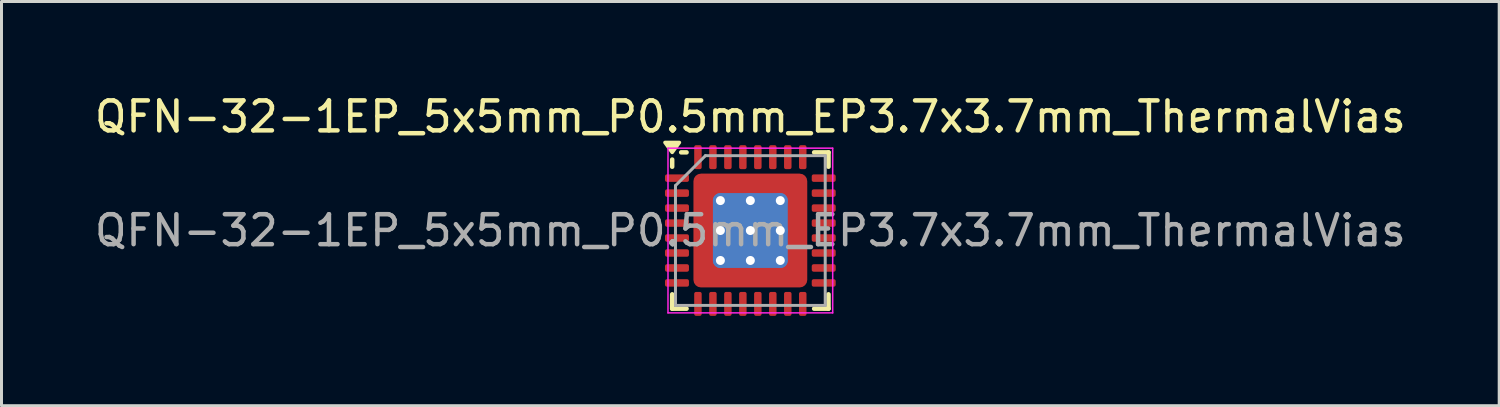
<source format=kicad_pcb>
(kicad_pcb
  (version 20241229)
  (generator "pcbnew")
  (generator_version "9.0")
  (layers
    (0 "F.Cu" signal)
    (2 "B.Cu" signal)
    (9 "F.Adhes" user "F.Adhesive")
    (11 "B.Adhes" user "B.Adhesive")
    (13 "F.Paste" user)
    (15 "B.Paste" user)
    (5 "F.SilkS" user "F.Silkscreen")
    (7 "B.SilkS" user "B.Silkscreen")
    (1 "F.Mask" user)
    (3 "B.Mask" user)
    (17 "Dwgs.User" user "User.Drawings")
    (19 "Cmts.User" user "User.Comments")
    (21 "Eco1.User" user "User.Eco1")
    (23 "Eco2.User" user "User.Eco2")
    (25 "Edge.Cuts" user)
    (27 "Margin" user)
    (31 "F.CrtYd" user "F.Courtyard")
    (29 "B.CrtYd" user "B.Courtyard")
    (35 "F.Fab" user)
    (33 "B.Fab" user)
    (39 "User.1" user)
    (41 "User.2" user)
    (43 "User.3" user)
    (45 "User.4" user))
  (footprint "QFN-32-1EP_5x5mm_P0.5mm_EP3.7x3.7mm_ThermalVias"
    (layer "F.Cu")
    (at 22.006 4.648)
    (property "Reference" "QFN-32-1EP_5x5mm_P0.5mm_EP3.7x3.7mm_ThermalVias" (at 0 -3.8 0) (layer "F.SilkS") (effects (font (size 1 1) (thickness 0.15))))
    (attr smd)
    (fp_line (start -2.61 -2.13) (end -2.61 -2.37) (stroke (width 0.15) (type solid)) (layer "F.SilkS"))
    (fp_line (start -2.61 2.61) (end -2.61 2.13) (stroke (width 0.15) (type solid)) (layer "F.SilkS"))
    (fp_line (start -2.13 -2.61) (end -2.31 -2.61) (stroke (width 0.15) (type solid)) (layer "F.SilkS"))
    (fp_line (start -2.13 2.61) (end -2.61 2.61) (stroke (width 0.15) (type solid)) (layer "F.SilkS"))
    (fp_line (start 2.13 -2.61) (end 2.61 -2.61) (stroke (width 0.15) (type solid)) (layer "F.SilkS"))
    (fp_line (start 2.13 2.61) (end 2.61 2.61) (stroke (width 0.15) (type solid)) (layer "F.SilkS"))
    (fp_line (start 2.61 -2.61) (end 2.61 -2.13) (stroke (width 0.15) (type solid)) (layer "F.SilkS"))
    (fp_line (start 2.61 2.61) (end 2.61 2.13) (stroke (width 0.15) (type solid)) (layer "F.SilkS"))
    (fp_poly (pts (xy -2.61 -2.61) (xy -2.85 -2.94) (xy -2.37 -2.94) (xy -2.61 -2.61)) (stroke (width 0.12) (type solid)) (fill yes) (layer "F.SilkS"))
    (fp_line (start -2.75 -2.75) (end -2.75 2.75) (stroke (width 0.05) (type solid)) (layer "F.CrtYd"))
    (fp_line (start -2.75 2.75) (end 2.75 2.75) (stroke (width 0.05) (type solid)) (layer "F.CrtYd"))
    (fp_line (start 2.75 -2.75) (end -2.75 -2.75) (stroke (width 0.05) (type solid)) (layer "F.CrtYd"))
    (fp_line (start 2.75 2.75) (end 2.75 -2.75) (stroke (width 0.05) (type solid)) (layer "F.CrtYd"))
    (fp_line (start -2.5 -1.5) (end -1.5 -2.5) (stroke (width 0.1) (type solid)) (layer "F.Fab"))
    (fp_line (start -2.5 2.5) (end -2.5 -1.5) (stroke (width 0.1) (type solid)) (layer "F.Fab"))
    (fp_line (start -1.5 -2.5) (end 2.5 -2.5) (stroke (width 0.1) (type solid)) (layer "F.Fab"))
    (fp_line (start 2.5 -2.5) (end 2.5 2.5) (stroke (width 0.1) (type solid)) (layer "F.Fab"))
    (fp_line (start 2.5 2.5) (end -2.5 2.5) (stroke (width 0.1) (type solid)) (layer "F.Fab"))
    (fp_text user "${REFERENCE}" (at 0 0 0) (layer "F.Fab") (effects (font (size 1 1) (thickness 0.15))))
    (pad "" smd custom (at -1.43 -1.43) (size 0.6 0.6) (layers "F.Paste") (options (anchor circle)) (primitives (gr_poly (pts (xy -0.26 -0.26) (xy 0.26 -0.26) (xy 0.26 0.19) (xy 0.19 0.26) (xy -0.26 0.26)) (width 0.167) (fill yes))))
    (pad "" smd custom (at -1.43 -0.5) (size 0.61 0.61) (layers "F.Paste") (options (anchor circle)) (primitives (gr_poly (pts (xy -0.27 -0.33) (xy 0.21 -0.33) (xy 0.27 -0.27) (xy 0.27 0.27) (xy 0.21 0.33) (xy -0.27 0.33)) (width 0.147) (fill yes))))
    (pad "" smd custom (at -1.43 0.5) (size 0.61 0.61) (layers "F.Paste") (options (anchor circle)) (primitives (gr_poly (pts (xy -0.27 -0.33) (xy 0.21 -0.33) (xy 0.27 -0.27) (xy 0.27 0.27) (xy 0.21 0.33) (xy -0.27 0.33)) (width 0.147) (fill yes))))
    (pad "" smd custom (at -1.43 1.43) (size 0.6 0.6) (layers "F.Paste") (options (anchor circle)) (primitives (gr_poly (pts (xy -0.26 -0.26) (xy 0.19 -0.26) (xy 0.26 -0.19) (xy 0.26 0.26) (xy -0.26 0.26)) (width 0.167) (fill yes))))
    (pad "" smd custom (at -0.5 -1.43) (size 0.61 0.61) (layers "F.Paste") (options (anchor circle)) (primitives (gr_poly (pts (xy -0.33 -0.27) (xy 0.33 -0.27) (xy 0.33 0.21) (xy 0.27 0.27) (xy -0.27 0.27) (xy -0.33 0.21)) (width 0.147) (fill yes))))
    (pad "" smd roundrect (at -0.5 -0.5) (size 0.81 0.81) (layers "F.Paste") (roundrect_rratio 0.25))
    (pad "" smd roundrect (at -0.5 0.5) (size 0.81 0.81) (layers "F.Paste") (roundrect_rratio 0.25))
    (pad "" smd custom (at -0.5 1.43) (size 0.61 0.61) (layers "F.Paste") (options (anchor circle)) (primitives (gr_poly (pts (xy -0.33 -0.21) (xy -0.27 -0.27) (xy 0.27 -0.27) (xy 0.33 -0.21) (xy 0.33 0.27) (xy -0.33 0.27)) (width 0.147) (fill yes))))
    (pad "" smd custom (at 0.5 -1.43) (size 0.61 0.61) (layers "F.Paste") (options (anchor circle)) (primitives (gr_poly (pts (xy -0.33 -0.27) (xy 0.33 -0.27) (xy 0.33 0.21) (xy 0.27 0.27) (xy -0.27 0.27) (xy -0.33 0.21)) (width 0.147) (fill yes))))
    (pad "" smd roundrect (at 0.5 -0.5) (size 0.81 0.81) (layers "F.Paste") (roundrect_rratio 0.25))
    (pad "" smd roundrect (at 0.5 0.5) (size 0.81 0.81) (layers "F.Paste") (roundrect_rratio 0.25))
    (pad "" smd custom (at 0.5 1.43) (size 0.61 0.61) (layers "F.Paste") (options (anchor circle)) (primitives (gr_poly (pts (xy -0.33 -0.21) (xy -0.27 -0.27) (xy 0.27 -0.27) (xy 0.33 -0.21) (xy 0.33 0.27) (xy -0.33 0.27)) (width 0.147) (fill yes))))
    (pad "" smd custom (at 1.43 -1.43) (size 0.6 0.6) (layers "F.Paste") (options (anchor circle)) (primitives (gr_poly (pts (xy -0.26 -0.26) (xy 0.26 -0.26) (xy 0.26 0.26) (xy -0.19 0.26) (xy -0.26 0.19)) (width 0.167) (fill yes))))
    (pad "" smd custom (at 1.43 -0.5) (size 0.61 0.61) (layers "F.Paste") (options (anchor circle)) (primitives (gr_poly (pts (xy -0.27 -0.27) (xy -0.21 -0.33) (xy 0.27 -0.33) (xy 0.27 0.33) (xy -0.21 0.33) (xy -0.27 0.27)) (width 0.147) (fill yes))))
    (pad "" smd custom (at 1.43 0.5) (size 0.61 0.61) (layers "F.Paste") (options (anchor circle)) (primitives (gr_poly (pts (xy -0.27 -0.27) (xy -0.21 -0.33) (xy 0.27 -0.33) (xy 0.27 0.33) (xy -0.21 0.33) (xy -0.27 0.27)) (width 0.147) (fill yes))))
    (pad "" smd custom (at 1.43 1.43) (size 0.6 0.6) (layers "F.Paste") (options (anchor circle)) (primitives (gr_poly (pts (xy -0.26 -0.19) (xy -0.19 -0.26) (xy 0.26 -0.26) (xy 0.26 0.26) (xy -0.26 0.26)) (width 0.167) (fill yes))))
    (pad "1" smd roundrect (at -2.45 -1.75) (size 0.8 0.25) (layers "F.Cu" "F.Mask" "F.Paste") (roundrect_rratio 0.25))
    (pad "2" smd roundrect (at -2.45 -1.25) (size 0.8 0.25) (layers "F.Cu" "F.Mask" "F.Paste") (roundrect_rratio 0.25))
    (pad "3" smd roundrect (at -2.45 -0.75) (size 0.8 0.25) (layers "F.Cu" "F.Mask" "F.Paste") (roundrect_rratio 0.25))
    (pad "4" smd roundrect (at -2.45 -0.25) (size 0.8 0.25) (layers "F.Cu" "F.Mask" "F.Paste") (roundrect_rratio 0.25))
    (pad "5" smd roundrect (at -2.45 0.25) (size 0.8 0.25) (layers "F.Cu" "F.Mask" "F.Paste") (roundrect_rratio 0.25))
    (pad "6" smd roundrect (at -2.45 0.75) (size 0.8 0.25) (layers "F.Cu" "F.Mask" "F.Paste") (roundrect_rratio 0.25))
    (pad "7" smd roundrect (at -2.45 1.25) (size 0.8 0.25) (layers "F.Cu" "F.Mask" "F.Paste") (roundrect_rratio 0.25))
    (pad "8" smd roundrect (at -2.45 1.75) (size 0.8 0.25) (layers "F.Cu" "F.Mask" "F.Paste") (roundrect_rratio 0.25))
    (pad "9" smd roundrect (at -1.75 2.45) (size 0.25 0.8) (layers "F.Cu" "F.Mask" "F.Paste") (roundrect_rratio 0.25))
    (pad "10" smd roundrect (at -1.25 2.45) (size 0.25 0.8) (layers "F.Cu" "F.Mask" "F.Paste") (roundrect_rratio 0.25))
    (pad "11" smd roundrect (at -0.75 2.45) (size 0.25 0.8) (layers "F.Cu" "F.Mask" "F.Paste") (roundrect_rratio 0.25))
    (pad "12" smd roundrect (at -0.25 2.45) (size 0.25 0.8) (layers "F.Cu" "F.Mask" "F.Paste") (roundrect_rratio 0.25))
    (pad "13" smd roundrect (at 0.25 2.45) (size 0.25 0.8) (layers "F.Cu" "F.Mask" "F.Paste") (roundrect_rratio 0.25))
    (pad "14" smd roundrect (at 0.75 2.45) (size 0.25 0.8) (layers "F.Cu" "F.Mask" "F.Paste") (roundrect_rratio 0.25))
    (pad "15" smd roundrect (at 1.25 2.45) (size 0.25 0.8) (layers "F.Cu" "F.Mask" "F.Paste") (roundrect_rratio 0.25))
    (pad "16" smd roundrect (at 1.75 2.45) (size 0.25 0.8) (layers "F.Cu" "F.Mask" "F.Paste") (roundrect_rratio 0.25))
    (pad "17" smd roundrect (at 2.45 1.75) (size 0.8 0.25) (layers "F.Cu" "F.Mask" "F.Paste") (roundrect_rratio 0.25))
    (pad "18" smd roundrect (at 2.45 1.25) (size 0.8 0.25) (layers "F.Cu" "F.Mask" "F.Paste") (roundrect_rratio 0.25))
    (pad "19" smd roundrect (at 2.45 0.75) (size 0.8 0.25) (layers "F.Cu" "F.Mask" "F.Paste") (roundrect_rratio 0.25))
    (pad "20" smd roundrect (at 2.45 0.25) (size 0.8 0.25) (layers "F.Cu" "F.Mask" "F.Paste") (roundrect_rratio 0.25))
    (pad "21" smd roundrect (at 2.45 -0.25) (size 0.8 0.25) (layers "F.Cu" "F.Mask" "F.Paste") (roundrect_rratio 0.25))
    (pad "22" smd roundrect (at 2.45 -0.75) (size 0.8 0.25) (layers "F.Cu" "F.Mask" "F.Paste") (roundrect_rratio 0.25))
    (pad "23" smd roundrect (at 2.45 -1.25) (size 0.8 0.25) (layers "F.Cu" "F.Mask" "F.Paste") (roundrect_rratio 0.25))
    (pad "24" smd roundrect (at 2.45 -1.75) (size 0.8 0.25) (layers "F.Cu" "F.Mask" "F.Paste") (roundrect_rratio 0.25))
    (pad "25" smd roundrect (at 1.75 -2.45) (size 0.25 0.8) (layers "F.Cu" "F.Mask" "F.Paste") (roundrect_rratio 0.25))
    (pad "26" smd roundrect (at 1.25 -2.45) (size 0.25 0.8) (layers "F.Cu" "F.Mask" "F.Paste") (roundrect_rratio 0.25))
    (pad "27" smd roundrect (at 0.75 -2.45) (size 0.25 0.8) (layers "F.Cu" "F.Mask" "F.Paste") (roundrect_rratio 0.25))
    (pad "28" smd roundrect (at 0.25 -2.45) (size 0.25 0.8) (layers "F.Cu" "F.Mask" "F.Paste") (roundrect_rratio 0.25))
    (pad "29" smd roundrect (at -0.25 -2.45) (size 0.25 0.8) (layers "F.Cu" "F.Mask" "F.Paste") (roundrect_rratio 0.25))
    (pad "30" smd roundrect (at -0.75 -2.45) (size 0.25 0.8) (layers "F.Cu" "F.Mask" "F.Paste") (roundrect_rratio 0.25))
    (pad "31" smd roundrect (at -1.25 -2.45) (size 0.25 0.8) (layers "F.Cu" "F.Mask" "F.Paste") (roundrect_rratio 0.25))
    (pad "32" smd roundrect (at -1.75 -2.45) (size 0.25 0.8) (layers "F.Cu" "F.Mask" "F.Paste") (roundrect_rratio 0.25))
    (pad "33" thru_hole circle (at -1 -1) (size 0.5 0.5) (drill 0.3) (property pad_prop_heatsink) (layers "*.Cu"))
    (pad "33" thru_hole circle (at -1 0) (size 0.5 0.5) (drill 0.3) (property pad_prop_heatsink) (layers "*.Cu"))
    (pad "33" thru_hole circle (at -1 1) (size 0.5 0.5) (drill 0.3) (property pad_prop_heatsink) (layers "*.Cu"))
    (pad "33" thru_hole circle (at 0 -1) (size 0.5 0.5) (drill 0.3) (property pad_prop_heatsink) (layers "*.Cu"))
    (pad "33" thru_hole circle (at 0 0) (size 0.5 0.5) (drill 0.3) (property pad_prop_heatsink) (layers "*.Cu"))
    (pad "33" smd roundrect (at 0 0) (size 2.5 2.5) (property pad_prop_heatsink) (layers "B.Cu") (roundrect_rratio 0.1))
    (pad "33" smd roundrect (at 0 0) (size 3.8 3.8) (property pad_prop_heatsink) (layers "F.Cu" "F.Mask") (roundrect_rratio 0.066))
    (pad "33" thru_hole circle (at 0 1) (size 0.5 0.5) (drill 0.3) (property pad_prop_heatsink) (layers "*.Cu"))
    (pad "33" thru_hole circle (at 1 -1) (size 0.5 0.5) (drill 0.3) (property pad_prop_heatsink) (layers "*.Cu"))
    (pad "33" thru_hole circle (at 1 0) (size 0.5 0.5) (drill 0.3) (property pad_prop_heatsink) (layers "*.Cu"))
    (pad "33" thru_hole circle (at 1 1) (size 0.5 0.5) (drill 0.3) (property pad_prop_heatsink) (layers "*.Cu")))
  (gr_rect
    (start -3 -3)
    (end 47.012 10.498)
    (stroke (width 0.1) (type default))
    (fill no)
    (layer "Edge.Cuts")))
</source>
